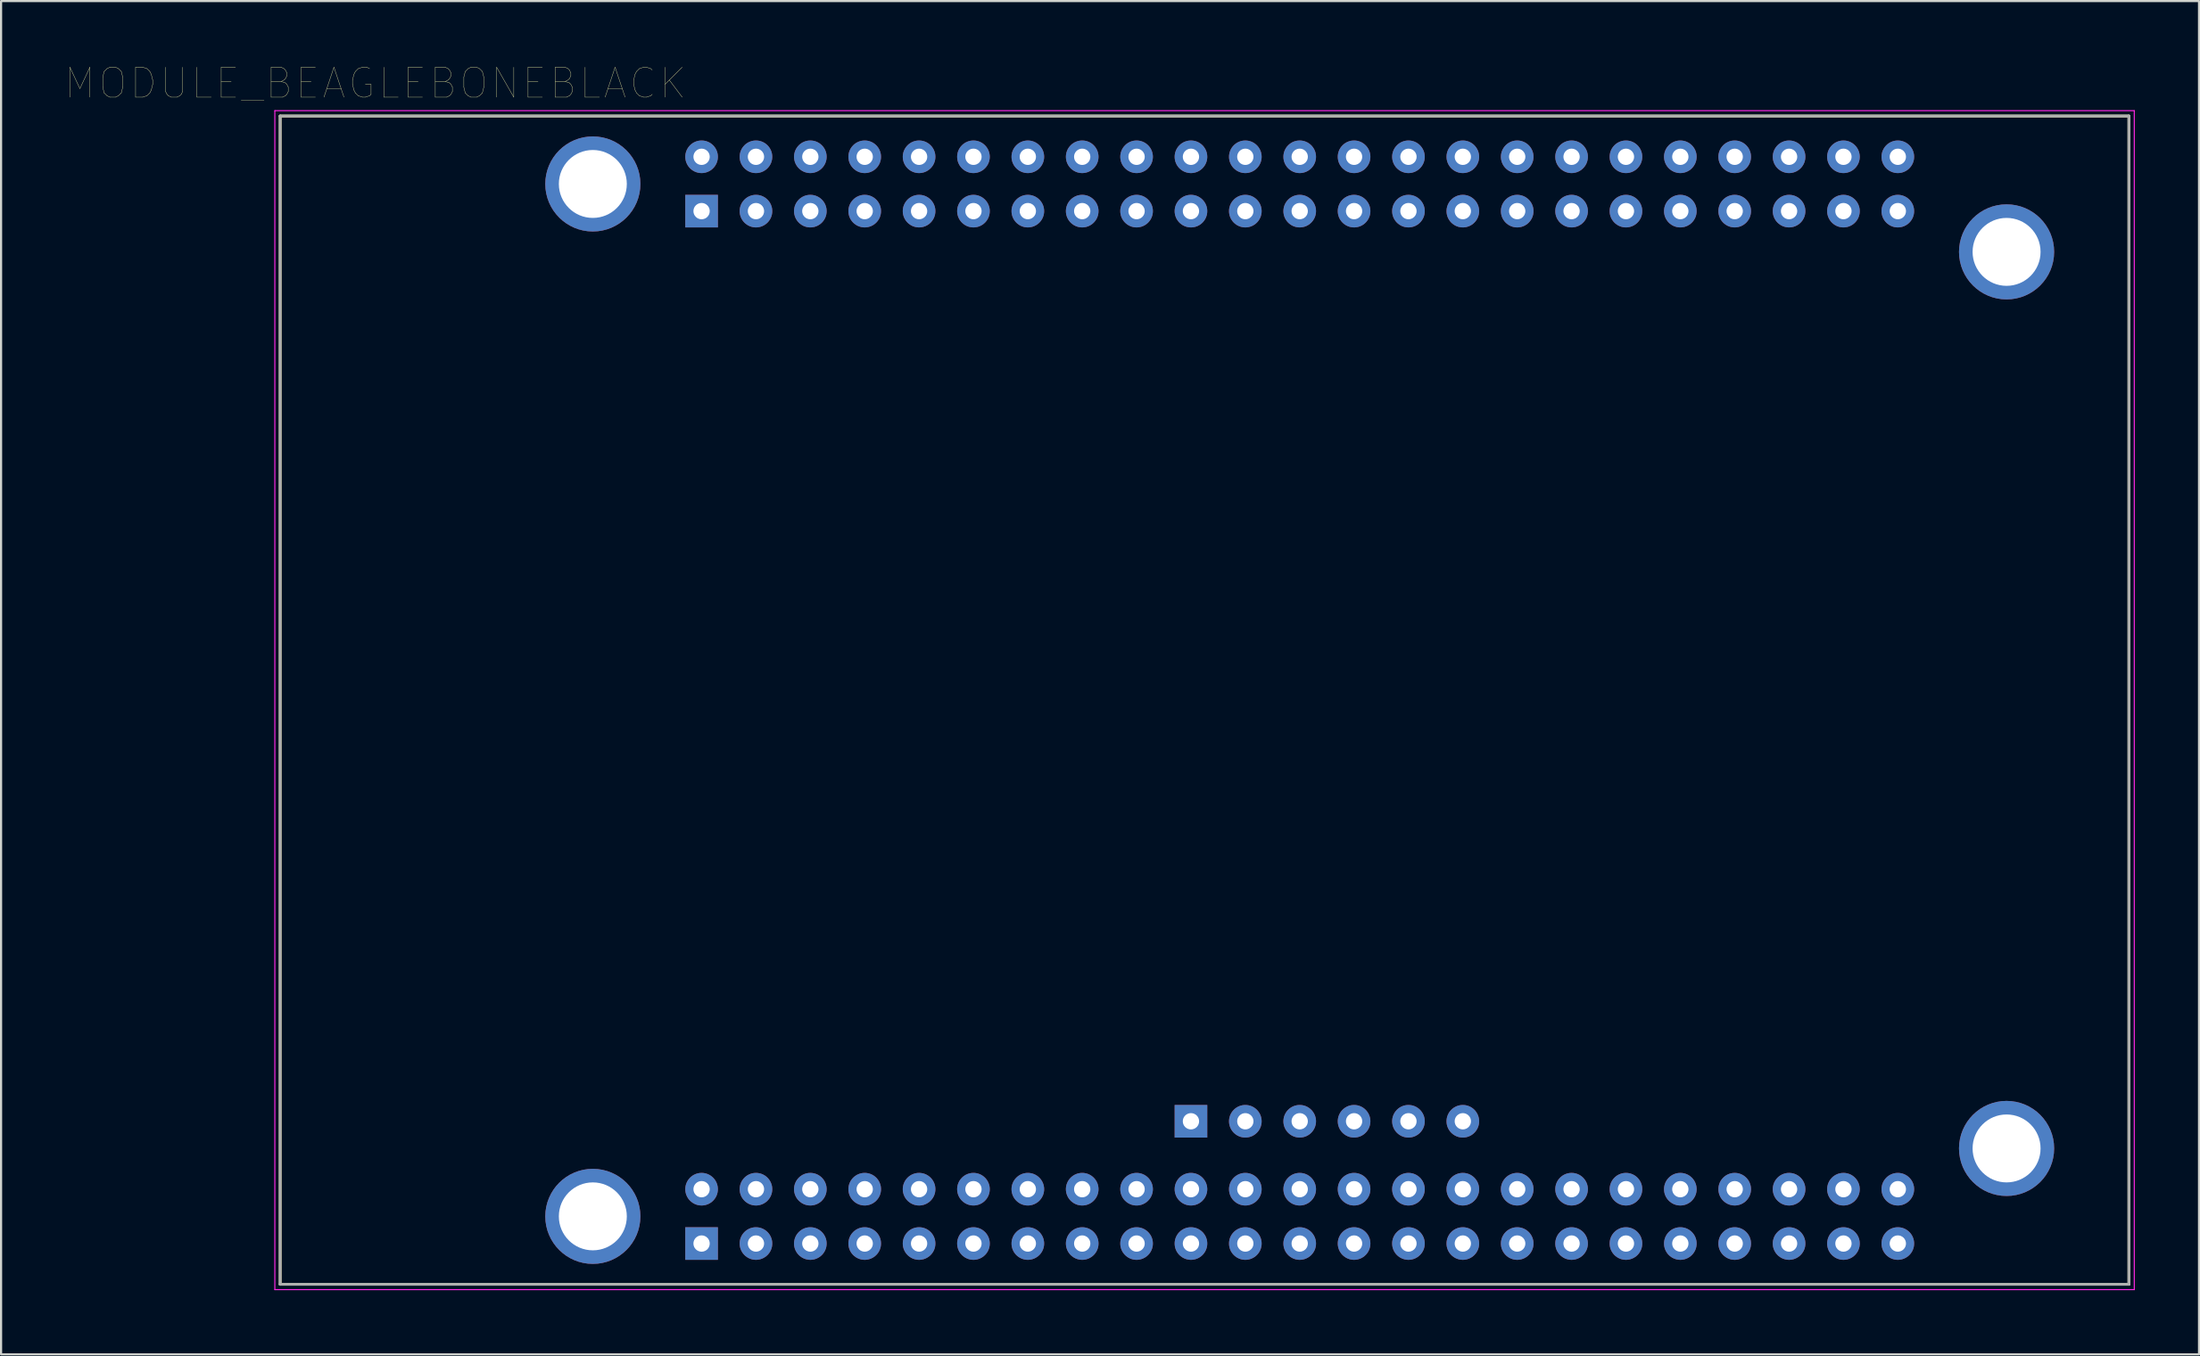
<source format=kicad_pcb>
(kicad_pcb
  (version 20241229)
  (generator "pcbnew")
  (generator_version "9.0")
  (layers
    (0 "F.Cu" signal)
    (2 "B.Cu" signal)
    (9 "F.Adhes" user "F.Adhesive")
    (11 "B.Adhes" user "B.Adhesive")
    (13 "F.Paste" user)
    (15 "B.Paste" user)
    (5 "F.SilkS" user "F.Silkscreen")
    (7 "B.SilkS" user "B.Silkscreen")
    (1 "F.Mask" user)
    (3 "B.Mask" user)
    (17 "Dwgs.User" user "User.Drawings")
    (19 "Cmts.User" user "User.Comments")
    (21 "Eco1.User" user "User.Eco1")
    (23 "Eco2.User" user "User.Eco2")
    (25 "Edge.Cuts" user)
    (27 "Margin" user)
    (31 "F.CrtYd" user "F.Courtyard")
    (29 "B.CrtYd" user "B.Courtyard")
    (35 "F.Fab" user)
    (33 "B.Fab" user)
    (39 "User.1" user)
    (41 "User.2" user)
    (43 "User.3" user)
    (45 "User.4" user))
  (footprint "MODULE_BEAGLEBONEBLACK"
    (layer "F.Cu")
    (at 53.218 29.679)
    (property "Reference" "MODULE_BEAGLEBONEBLACK" (at -38.735 -28.834 0) (layer "F.SilkS") (effects (font (size 1.4 1.4) (thickness 0.015))))
    (attr through_hole)
    (fp_line (start -43.18 -27.305) (end 43.18 -27.305) (stroke (width 0.127) (type solid)) (layer "F.SilkS"))
    (fp_line (start -43.18 27.305) (end -43.18 -27.305) (stroke (width 0.127) (type solid)) (layer "F.SilkS"))
    (fp_line (start 43.18 -27.305) (end 43.18 27.305) (stroke (width 0.127) (type solid)) (layer "F.SilkS"))
    (fp_line (start 43.18 27.305) (end -43.18 27.305) (stroke (width 0.127) (type solid)) (layer "F.SilkS"))
    (fp_line (start -43.43 -27.555) (end 43.43 -27.555) (stroke (width 0.05) (type solid)) (layer "F.CrtYd"))
    (fp_line (start -43.43 27.555) (end -43.43 -27.555) (stroke (width 0.05) (type solid)) (layer "F.CrtYd"))
    (fp_line (start 43.43 -27.555) (end 43.43 27.555) (stroke (width 0.05) (type solid)) (layer "F.CrtYd"))
    (fp_line (start 43.43 27.555) (end -43.43 27.555) (stroke (width 0.05) (type solid)) (layer "F.CrtYd"))
    (fp_line (start -43.18 -27.305) (end 43.18 -27.305) (stroke (width 0.127) (type solid)) (layer "F.Fab"))
    (fp_line (start -43.18 27.305) (end -43.18 -27.305) (stroke (width 0.127) (type solid)) (layer "F.Fab"))
    (fp_line (start 43.18 -27.305) (end 43.18 27.305) (stroke (width 0.127) (type solid)) (layer "F.Fab"))
    (fp_line (start 43.18 27.305) (end -43.18 27.305) (stroke (width 0.127) (type solid)) (layer "F.Fab"))
    (pad "J1_1" thru_hole rect (at -0.635 19.685) (size 1.524 1.524) (drill 0.762) (layers "*.Cu" "*.Mask"))
    (pad "J1_2" thru_hole circle (at 1.905 19.685) (size 1.524 1.524) (drill 0.762) (layers "*.Cu" "*.Mask"))
    (pad "J1_3" thru_hole circle (at 4.445 19.685) (size 1.524 1.524) (drill 0.762) (layers "*.Cu" "*.Mask"))
    (pad "J1_4" thru_hole circle (at 6.985 19.685) (size 1.524 1.524) (drill 0.762) (layers "*.Cu" "*.Mask"))
    (pad "J1_5" thru_hole circle (at 9.525 19.685) (size 1.524 1.524) (drill 0.762) (layers "*.Cu" "*.Mask"))
    (pad "J1_6" thru_hole circle (at 12.065 19.685) (size 1.524 1.524) (drill 0.762) (layers "*.Cu" "*.Mask"))
    (pad "P1" thru_hole circle (at -28.575 -24.13) (size 4.445 4.445) (drill 3.175) (layers "*.Cu" "*.Mask"))
    (pad "P2" thru_hole circle (at -28.575 24.13) (size 4.445 4.445) (drill 3.175) (layers "*.Cu" "*.Mask"))
    (pad "P3" thru_hole circle (at 37.465 20.955) (size 4.445 4.445) (drill 3.175) (layers "*.Cu" "*.Mask"))
    (pad "P4" thru_hole circle (at 37.465 -20.955) (size 4.445 4.445) (drill 3.175) (layers "*.Cu" "*.Mask"))
    (pad "P8_1" thru_hole rect (at -23.495 -22.86) (size 1.524 1.524) (drill 0.762) (layers "*.Cu" "*.Mask"))
    (pad "P8_2" thru_hole circle (at -23.495 -25.4) (size 1.524 1.524) (drill 0.762) (layers "*.Cu" "*.Mask"))
    (pad "P8_3" thru_hole circle (at -20.955 -22.86) (size 1.524 1.524) (drill 0.762) (layers "*.Cu" "*.Mask"))
    (pad "P8_4" thru_hole circle (at -20.955 -25.4) (size 1.524 1.524) (drill 0.762) (layers "*.Cu" "*.Mask"))
    (pad "P8_5" thru_hole circle (at -18.415 -22.86) (size 1.524 1.524) (drill 0.762) (layers "*.Cu" "*.Mask"))
    (pad "P8_6" thru_hole circle (at -18.415 -25.4) (size 1.524 1.524) (drill 0.762) (layers "*.Cu" "*.Mask"))
    (pad "P8_7" thru_hole circle (at -15.875 -22.86) (size 1.524 1.524) (drill 0.762) (layers "*.Cu" "*.Mask"))
    (pad "P8_8" thru_hole circle (at -15.875 -25.4) (size 1.524 1.524) (drill 0.762) (layers "*.Cu" "*.Mask"))
    (pad "P8_9" thru_hole circle (at -13.335 -22.86) (size 1.524 1.524) (drill 0.762) (layers "*.Cu" "*.Mask"))
    (pad "P8_10" thru_hole circle (at -13.335 -25.4) (size 1.524 1.524) (drill 0.762) (layers "*.Cu" "*.Mask"))
    (pad "P8_11" thru_hole circle (at -10.795 -22.86) (size 1.524 1.524) (drill 0.762) (layers "*.Cu" "*.Mask"))
    (pad "P8_12" thru_hole circle (at -10.795 -25.4) (size 1.524 1.524) (drill 0.762) (layers "*.Cu" "*.Mask"))
    (pad "P8_13" thru_hole circle (at -8.255 -22.86) (size 1.524 1.524) (drill 0.762) (layers "*.Cu" "*.Mask"))
    (pad "P8_14" thru_hole circle (at -8.255 -25.4) (size 1.524 1.524) (drill 0.762) (layers "*.Cu" "*.Mask"))
    (pad "P8_15" thru_hole circle (at -5.715 -22.86) (size 1.524 1.524) (drill 0.762) (layers "*.Cu" "*.Mask"))
    (pad "P8_16" thru_hole circle (at -5.715 -25.4) (size 1.524 1.524) (drill 0.762) (layers "*.Cu" "*.Mask"))
    (pad "P8_17" thru_hole circle (at -3.175 -22.86) (size 1.524 1.524) (drill 0.762) (layers "*.Cu" "*.Mask"))
    (pad "P8_18" thru_hole circle (at -3.175 -25.4) (size 1.524 1.524) (drill 0.762) (layers "*.Cu" "*.Mask"))
    (pad "P8_19" thru_hole circle (at -0.635 -22.86) (size 1.524 1.524) (drill 0.762) (layers "*.Cu" "*.Mask"))
    (pad "P8_20" thru_hole circle (at -0.635 -25.4) (size 1.524 1.524) (drill 0.762) (layers "*.Cu" "*.Mask"))
    (pad "P8_21" thru_hole circle (at 1.905 -22.86) (size 1.524 1.524) (drill 0.762) (layers "*.Cu" "*.Mask"))
    (pad "P8_22" thru_hole circle (at 1.905 -25.4) (size 1.524 1.524) (drill 0.762) (layers "*.Cu" "*.Mask"))
    (pad "P8_23" thru_hole circle (at 4.445 -22.86) (size 1.524 1.524) (drill 0.762) (layers "*.Cu" "*.Mask"))
    (pad "P8_24" thru_hole circle (at 4.445 -25.4) (size 1.524 1.524) (drill 0.762) (layers "*.Cu" "*.Mask"))
    (pad "P8_25" thru_hole circle (at 6.985 -22.86) (size 1.524 1.524) (drill 0.762) (layers "*.Cu" "*.Mask"))
    (pad "P8_26" thru_hole circle (at 6.985 -25.4) (size 1.524 1.524) (drill 0.762) (layers "*.Cu" "*.Mask"))
    (pad "P8_27" thru_hole circle (at 9.525 -22.86) (size 1.524 1.524) (drill 0.762) (layers "*.Cu" "*.Mask"))
    (pad "P8_28" thru_hole circle (at 9.525 -25.4) (size 1.524 1.524) (drill 0.762) (layers "*.Cu" "*.Mask"))
    (pad "P8_29" thru_hole circle (at 12.065 -22.86) (size 1.524 1.524) (drill 0.762) (layers "*.Cu" "*.Mask"))
    (pad "P8_30" thru_hole circle (at 12.065 -25.4) (size 1.524 1.524) (drill 0.762) (layers "*.Cu" "*.Mask"))
    (pad "P8_31" thru_hole circle (at 14.605 -22.86) (size 1.524 1.524) (drill 0.762) (layers "*.Cu" "*.Mask"))
    (pad "P8_32" thru_hole circle (at 14.605 -25.4) (size 1.524 1.524) (drill 0.762) (layers "*.Cu" "*.Mask"))
    (pad "P8_33" thru_hole circle (at 17.145 -22.86) (size 1.524 1.524) (drill 0.762) (layers "*.Cu" "*.Mask"))
    (pad "P8_34" thru_hole circle (at 17.145 -25.4) (size 1.524 1.524) (drill 0.762) (layers "*.Cu" "*.Mask"))
    (pad "P8_35" thru_hole circle (at 19.685 -22.86) (size 1.524 1.524) (drill 0.762) (layers "*.Cu" "*.Mask"))
    (pad "P8_36" thru_hole circle (at 19.685 -25.4) (size 1.524 1.524) (drill 0.762) (layers "*.Cu" "*.Mask"))
    (pad "P8_37" thru_hole circle (at 22.225 -22.86) (size 1.524 1.524) (drill 0.762) (layers "*.Cu" "*.Mask"))
    (pad "P8_38" thru_hole circle (at 22.225 -25.4) (size 1.524 1.524) (drill 0.762) (layers "*.Cu" "*.Mask"))
    (pad "P8_39" thru_hole circle (at 24.765 -22.86) (size 1.524 1.524) (drill 0.762) (layers "*.Cu" "*.Mask"))
    (pad "P8_40" thru_hole circle (at 24.765 -25.4) (size 1.524 1.524) (drill 0.762) (layers "*.Cu" "*.Mask"))
    (pad "P8_41" thru_hole circle (at 27.305 -22.86) (size 1.524 1.524) (drill 0.762) (layers "*.Cu" "*.Mask"))
    (pad "P8_42" thru_hole circle (at 27.305 -25.4) (size 1.524 1.524) (drill 0.762) (layers "*.Cu" "*.Mask"))
    (pad "P8_43" thru_hole circle (at 29.845 -22.86) (size 1.524 1.524) (drill 0.762) (layers "*.Cu" "*.Mask"))
    (pad "P8_44" thru_hole circle (at 29.845 -25.4) (size 1.524 1.524) (drill 0.762) (layers "*.Cu" "*.Mask"))
    (pad "P8_45" thru_hole circle (at 32.385 -22.86) (size 1.524 1.524) (drill 0.762) (layers "*.Cu" "*.Mask"))
    (pad "P8_46" thru_hole circle (at 32.385 -25.4) (size 1.524 1.524) (drill 0.762) (layers "*.Cu" "*.Mask"))
    (pad "P9_1" thru_hole rect (at -23.495 25.4) (size 1.524 1.524) (drill 0.762) (layers "*.Cu" "*.Mask"))
    (pad "P9_2" thru_hole circle (at -23.495 22.86) (size 1.524 1.524) (drill 0.762) (layers "*.Cu" "*.Mask"))
    (pad "P9_3" thru_hole circle (at -20.955 25.4) (size 1.524 1.524) (drill 0.762) (layers "*.Cu" "*.Mask"))
    (pad "P9_4" thru_hole circle (at -20.955 22.86) (size 1.524 1.524) (drill 0.762) (layers "*.Cu" "*.Mask"))
    (pad "P9_5" thru_hole circle (at -18.415 25.4) (size 1.524 1.524) (drill 0.762) (layers "*.Cu" "*.Mask"))
    (pad "P9_6" thru_hole circle (at -18.415 22.86) (size 1.524 1.524) (drill 0.762) (layers "*.Cu" "*.Mask"))
    (pad "P9_7" thru_hole circle (at -15.875 25.4) (size 1.524 1.524) (drill 0.762) (layers "*.Cu" "*.Mask"))
    (pad "P9_8" thru_hole circle (at -15.875 22.86) (size 1.524 1.524) (drill 0.762) (layers "*.Cu" "*.Mask"))
    (pad "P9_9" thru_hole circle (at -13.335 25.4) (size 1.524 1.524) (drill 0.762) (layers "*.Cu" "*.Mask"))
    (pad "P9_10" thru_hole circle (at -13.335 22.86) (size 1.524 1.524) (drill 0.762) (layers "*.Cu" "*.Mask"))
    (pad "P9_11" thru_hole circle (at -10.795 25.4) (size 1.524 1.524) (drill 0.762) (layers "*.Cu" "*.Mask"))
    (pad "P9_12" thru_hole circle (at -10.795 22.86) (size 1.524 1.524) (drill 0.762) (layers "*.Cu" "*.Mask"))
    (pad "P9_13" thru_hole circle (at -8.255 25.4) (size 1.524 1.524) (drill 0.762) (layers "*.Cu" "*.Mask"))
    (pad "P9_14" thru_hole circle (at -8.255 22.86) (size 1.524 1.524) (drill 0.762) (layers "*.Cu" "*.Mask"))
    (pad "P9_15" thru_hole circle (at -5.715 25.4) (size 1.524 1.524) (drill 0.762) (layers "*.Cu" "*.Mask"))
    (pad "P9_16" thru_hole circle (at -5.715 22.86) (size 1.524 1.524) (drill 0.762) (layers "*.Cu" "*.Mask"))
    (pad "P9_17" thru_hole circle (at -3.175 25.4) (size 1.524 1.524) (drill 0.762) (layers "*.Cu" "*.Mask"))
    (pad "P9_18" thru_hole circle (at -3.175 22.86) (size 1.524 1.524) (drill 0.762) (layers "*.Cu" "*.Mask"))
    (pad "P9_19" thru_hole circle (at -0.635 25.4) (size 1.524 1.524) (drill 0.762) (layers "*.Cu" "*.Mask"))
    (pad "P9_20" thru_hole circle (at -0.635 22.86) (size 1.524 1.524) (drill 0.762) (layers "*.Cu" "*.Mask"))
    (pad "P9_21" thru_hole circle (at 1.905 25.4) (size 1.524 1.524) (drill 0.762) (layers "*.Cu" "*.Mask"))
    (pad "P9_22" thru_hole circle (at 1.905 22.86) (size 1.524 1.524) (drill 0.762) (layers "*.Cu" "*.Mask"))
    (pad "P9_23" thru_hole circle (at 4.445 25.4) (size 1.524 1.524) (drill 0.762) (layers "*.Cu" "*.Mask"))
    (pad "P9_24" thru_hole circle (at 4.445 22.86) (size 1.524 1.524) (drill 0.762) (layers "*.Cu" "*.Mask"))
    (pad "P9_25" thru_hole circle (at 6.985 25.4) (size 1.524 1.524) (drill 0.762) (layers "*.Cu" "*.Mask"))
    (pad "P9_26" thru_hole circle (at 6.985 22.86) (size 1.524 1.524) (drill 0.762) (layers "*.Cu" "*.Mask"))
    (pad "P9_27" thru_hole circle (at 9.525 25.4) (size 1.524 1.524) (drill 0.762) (layers "*.Cu" "*.Mask"))
    (pad "P9_28" thru_hole circle (at 9.525 22.86) (size 1.524 1.524) (drill 0.762) (layers "*.Cu" "*.Mask"))
    (pad "P9_29" thru_hole circle (at 12.065 25.4) (size 1.524 1.524) (drill 0.762) (layers "*.Cu" "*.Mask"))
    (pad "P9_30" thru_hole circle (at 12.065 22.86) (size 1.524 1.524) (drill 0.762) (layers "*.Cu" "*.Mask"))
    (pad "P9_31" thru_hole circle (at 14.605 25.4) (size 1.524 1.524) (drill 0.762) (layers "*.Cu" "*.Mask"))
    (pad "P9_32" thru_hole circle (at 14.605 22.86) (size 1.524 1.524) (drill 0.762) (layers "*.Cu" "*.Mask"))
    (pad "P9_33" thru_hole circle (at 17.145 25.4) (size 1.524 1.524) (drill 0.762) (layers "*.Cu" "*.Mask"))
    (pad "P9_34" thru_hole circle (at 17.145 22.86) (size 1.524 1.524) (drill 0.762) (layers "*.Cu" "*.Mask"))
    (pad "P9_35" thru_hole circle (at 19.685 25.4) (size 1.524 1.524) (drill 0.762) (layers "*.Cu" "*.Mask"))
    (pad "P9_36" thru_hole circle (at 19.685 22.86) (size 1.524 1.524) (drill 0.762) (layers "*.Cu" "*.Mask"))
    (pad "P9_37" thru_hole circle (at 22.225 25.4) (size 1.524 1.524) (drill 0.762) (layers "*.Cu" "*.Mask"))
    (pad "P9_38" thru_hole circle (at 22.225 22.86) (size 1.524 1.524) (drill 0.762) (layers "*.Cu" "*.Mask"))
    (pad "P9_39" thru_hole circle (at 24.765 25.4) (size 1.524 1.524) (drill 0.762) (layers "*.Cu" "*.Mask"))
    (pad "P9_40" thru_hole circle (at 24.765 22.86) (size 1.524 1.524) (drill 0.762) (layers "*.Cu" "*.Mask"))
    (pad "P9_41" thru_hole circle (at 27.305 25.4) (size 1.524 1.524) (drill 0.762) (layers "*.Cu" "*.Mask"))
    (pad "P9_42" thru_hole circle (at 27.305 22.86) (size 1.524 1.524) (drill 0.762) (layers "*.Cu" "*.Mask"))
    (pad "P9_43" thru_hole circle (at 29.845 25.4) (size 1.524 1.524) (drill 0.762) (layers "*.Cu" "*.Mask"))
    (pad "P9_44" thru_hole circle (at 29.845 22.86) (size 1.524 1.524) (drill 0.762) (layers "*.Cu" "*.Mask"))
    (pad "P9_45" thru_hole circle (at 32.385 25.4) (size 1.524 1.524) (drill 0.762) (layers "*.Cu" "*.Mask"))
    (pad "P9_46" thru_hole circle (at 32.385 22.86) (size 1.524 1.524) (drill 0.762) (layers "*.Cu" "*.Mask")))
  (gr_rect
    (start -3 -3)
    (end 99.673 60.259)
    (stroke (width 0.1) (type default))
    (fill no)
    (layer "Edge.Cuts")))
</source>
